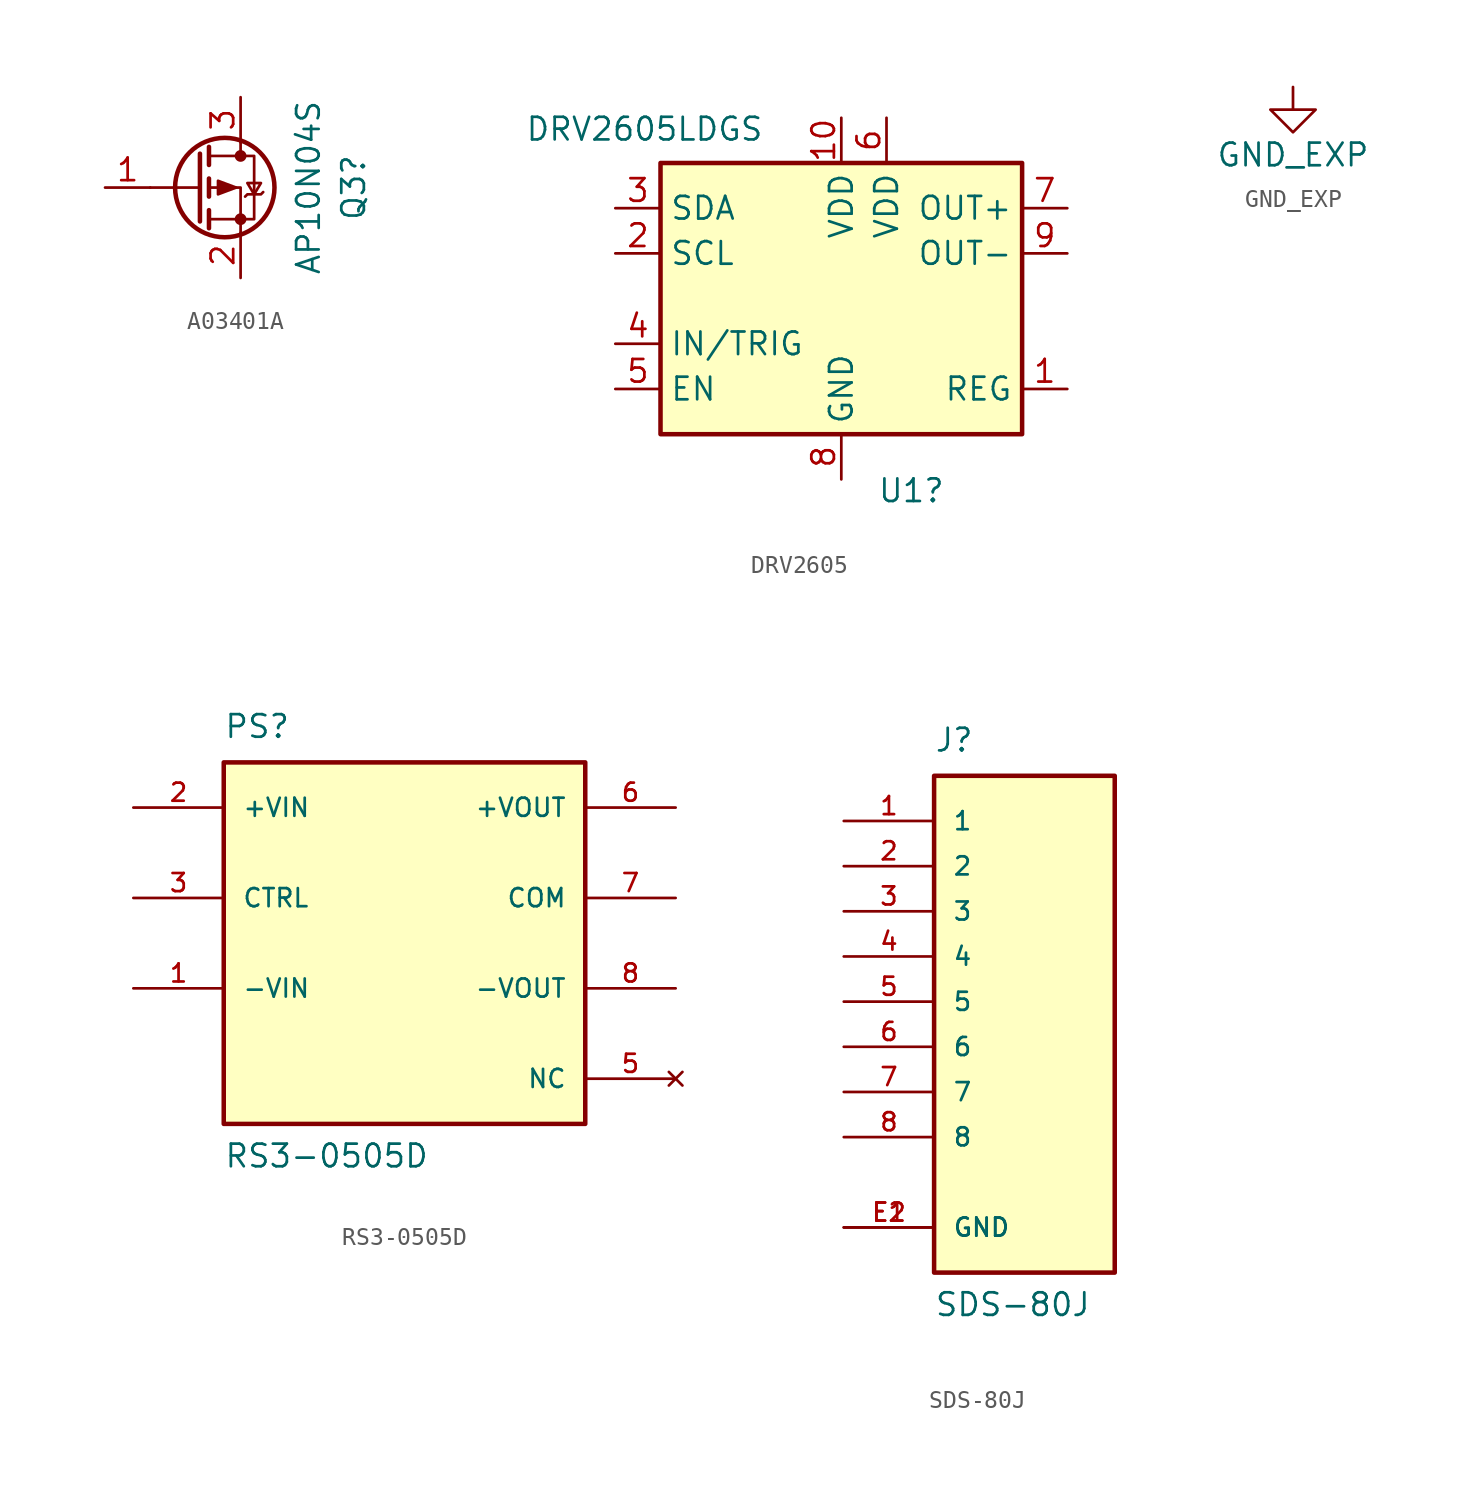
<source format=kicad_sym>
(kicad_symbol_lib
  (version 20220914)
  (generator kicad_symbol_editor)
  (symbol "A03401A"
    (pin_names hide)
    (property "Reference" "Q3"
      (at 8.89 0 90)
      (effects (font (size 1.27 1.27))))
    (property "Value" "AP10N04S"
      (at 6.35 0 90)
      (effects (font (size 1.27 1.27))))
    (symbol "A03401A_0_1"
      (polyline (pts (xy 0.254 0) (xy -2.54 0)) (stroke (width 0) (type default)) (fill (type none)))
      (polyline (pts (xy 0.254 1.905) (xy 0.254 -1.905)) (stroke (width 0.254) (type default)) (fill (type none)))
      (polyline (pts (xy 0.762 -1.27) (xy 0.762 -2.286)) (stroke (width 0.254) (type default)) (fill (type none)))
      (polyline (pts (xy 0.762 0.508) (xy 0.762 -0.508)) (stroke (width 0.254) (type default)) (fill (type none)))
      (polyline (pts (xy 0.762 2.286) (xy 0.762 1.27)) (stroke (width 0.254) (type default)) (fill (type none)))
      (polyline (pts (xy 2.54 2.54) (xy 2.54 1.778)) (stroke (width 0) (type default)) (fill (type none)))
      (polyline (pts (xy 2.54 -2.54) (xy 2.54 0) (xy 0.762 0)) (stroke (width 0) (type default)) (fill (type none)))
      (polyline (pts (xy 0.762 1.778) (xy 3.302 1.778) (xy 3.302 -1.778) (xy 0.762 -1.778)) (stroke (width 0) (type default)) (fill (type none)))
      (polyline (pts (xy 2.286 0) (xy 1.27 0.381) (xy 1.27 -0.381) (xy 2.286 0)) (stroke (width 0) (type default)) (fill (type outline)))
      (polyline (pts (xy 2.794 -0.508) (xy 2.921 -0.381) (xy 3.683 -0.381) (xy 3.81 -0.254)) (stroke (width 0) (type default)) (fill (type none)))
      (polyline (pts (xy 3.302 -0.381) (xy 2.921 0.254) (xy 3.683 0.254) (xy 3.302 -0.381)) (stroke (width 0) (type default)) (fill (type none)))
      (circle (center 1.651 0) (radius 2.794) (stroke (width 0.254) (type default)) (fill (type none)))
      (circle (center 2.54 -1.778) (radius 0.254) (stroke (width 0) (type default)) (fill (type outline)))
      (circle (center 2.54 1.778) (radius 0.254) (stroke (width 0) (type default)) (fill (type outline))))
    (symbol "A03401A_1_1"
      (pin passive line (at -5.08 0 0) (length 2.54) (name "G" (effects (font (size 1.27 1.27)))) (number "1" (effects (font (size 1.27 1.27)))))
      (pin passive line (at 2.54 -5.08 90) (length 2.54) (name "S" (effects (font (size 1.27 1.27)))) (number "2" (effects (font (size 1.27 1.27)))))
      (pin passive line (at 2.54 -5.08 90) (length 2.54) hide (name "S" (effects (font (size 1.27 1.27)))) (number "2" (effects (font (size 1.27 1.27)))))
      (pin tri_state line (at 2.54 5.08 270) (length 2.54) (name "D" (effects (font (size 1.27 1.27)))) (number "3" (effects (font (size 1.27 1.27)))))
      (pin passive line (at 2.54 -5.08 90) (length 2.54) hide (name "S" (effects (font (size 1.27 1.27)))) (number "3" (effects (font (size 1.27 1.27)))))))
  (symbol "DRV2605"
    (property "Reference" "U1"
      (at 2.019 -10.795 0)
      (effects (font (size 1.27 1.27)) (justify left)))
    (property "Value" "DRV2605LDGS"
      (at -17.78 9.525 0)
      (effects (font (size 1.27 1.27)) (justify left)))
    (symbol "DRV2605_0_1"
      (rectangle (start -10.16 7.62) (end 10.16 -7.62) (stroke (width 0.254) (type default)) (fill (type background))))
    (symbol "DRV2605_1_1"
      (pin passive line (at 12.7 -5.08 180) (length 2.54) (name "REG" (effects (font (size 1.27 1.27)))) (number "1" (effects (font (size 1.27 1.27)))))
      (pin power_in line (at 0 10.16 270) (length 2.54) (name "VDD" (effects (font (size 1.27 1.27)))) (number "10" (effects (font (size 1.27 1.27)))))
      (pin input line (at -12.7 2.54 0) (length 2.54) (name "SCL" (effects (font (size 1.27 1.27)))) (number "2" (effects (font (size 1.27 1.27)))))
      (pin bidirectional line (at -12.7 5.08 0) (length 2.54) (name "SDA" (effects (font (size 1.27 1.27)))) (number "3" (effects (font (size 1.27 1.27)))))
      (pin input line (at -12.7 -2.54 0) (length 2.54) (name "IN/TRIG" (effects (font (size 1.27 1.27)))) (number "4" (effects (font (size 1.27 1.27)))))
      (pin input line (at -12.7 -5.08 0) (length 2.54) (name "EN" (effects (font (size 1.27 1.27)))) (number "5" (effects (font (size 1.27 1.27)))))
      (pin power_in line (at 2.54 10.16 270) (length 2.54) (name "VDD" (effects (font (size 1.27 1.27)))) (number "6" (effects (font (size 1.27 1.27)))))
      (pin output line (at 12.7 5.08 180) (length 2.54) (name "OUT+" (effects (font (size 1.27 1.27)))) (number "7" (effects (font (size 1.27 1.27)))))
      (pin power_in line (at 0 -10.16 90) (length 2.54) (name "GND" (effects (font (size 1.27 1.27)))) (number "8" (effects (font (size 1.27 1.27)))))
      (pin output line (at 12.7 2.54 180) (length 2.54) (name "OUT-" (effects (font (size 1.27 1.27)))) (number "9" (effects (font (size 1.27 1.27)))))))
  (symbol "GND_EXP"
    (power)
    (pin_names
      (offset 0))
    (property "Reference" "#PWR"
      (at 0 -6.35 0)
      (effects (font (size 1.27 1.27)) hide))
    (property "Value" "GND_EXP"
      (at 0 -3.81 0)
      (effects (font (size 1.27 1.27))))
    (symbol "GND_EXP_0_1"
      (polyline (pts (xy 0 0) (xy 0 -1.27) (xy 1.27 -1.27) (xy 0 -2.54) (xy -1.27 -1.27) (xy 0 -1.27)) (stroke (width 0) (type default)) (fill (type none))))
    (symbol "GND_EXP_1_1"
      (pin power_in line (at 0 0 270) (length 0) hide (name "GND_EXP" (effects (font (size 1.27 1.27)))) (number "1" (effects (font (size 1.27 1.27)))))))
  (symbol "RS3-0505D"
    (pin_names
      (offset 1.016))
    (property "Reference" "PS"
      (at -10.164 11.438 0)
      (effects (font (size 1.27 1.27)) (justify left bottom)))
    (property "Value" "RS3-0505D"
      (at -10.161 -12.703 0)
      (effects (font (size 1.27 1.27)) (justify left bottom)))
    (symbol "RS3-0505D_0_0"
      (rectangle (start -10.16 -10.16) (end 10.16 10.16) (stroke (width 0.254) (type default)) (fill (type background)))
      (pin input line (at -15.24 -2.54 0) (length 5.08) (name "-VIN" (effects (font (size 1.016 1.016)))) (number "1" (effects (font (size 1.016 1.016)))))
      (pin input line (at -15.24 7.62 0) (length 5.08) (name "+VIN" (effects (font (size 1.016 1.016)))) (number "2" (effects (font (size 1.016 1.016)))))
      (pin input line (at -15.24 2.54 0) (length 5.08) (name "CTRL" (effects (font (size 1.016 1.016)))) (number "3" (effects (font (size 1.016 1.016)))))
      (pin no_connect line (at 15.24 -7.62 180) (length 5.08) (name "NC" (effects (font (size 1.016 1.016)))) (number "5" (effects (font (size 1.016 1.016)))))
      (pin power_in line (at 15.24 2.54 180) (length 5.08) (name "COM" (effects (font (size 1.016 1.016)))) (number "7" (effects (font (size 1.016 1.016))))))
    (symbol "RS3-0505D_1_0"
      (pin power_out line (at 15.24 7.62 180) (length 5.08) (name "+VOUT" (effects (font (size 1.016 1.016)))) (number "6" (effects (font (size 1.016 1.016)))))
      (pin power_out line (at 15.24 -2.54 180) (length 5.08) (name "-VOUT" (effects (font (size 1.016 1.016)))) (number "8" (effects (font (size 1.016 1.016)))))))
  (symbol "SDS-80J"
    (pin_names
      (offset 1.016))
    (property "Reference" "J"
      (at -5.08 13.97 0)
      (effects (font (size 1.27 1.27)) (justify left bottom)))
    (property "Value" "SDS-80J"
      (at -5.08 -17.78 0)
      (effects (font (size 1.27 1.27)) (justify left bottom)))
    (symbol "SDS-80J_0_0"
      (rectangle (start -5.08 -15.24) (end 5.08 12.7) (stroke (width 0.254) (type default)) (fill (type background)))
      (pin passive line (at -10.16 10.16 0) (length 5.08) (name "1" (effects (font (size 1.016 1.016)))) (number "1" (effects (font (size 1.016 1.016)))))
      (pin passive line (at -10.16 7.62 0) (length 5.08) (name "2" (effects (font (size 1.016 1.016)))) (number "2" (effects (font (size 1.016 1.016)))))
      (pin passive line (at -10.16 5.08 0) (length 5.08) (name "3" (effects (font (size 1.016 1.016)))) (number "3" (effects (font (size 1.016 1.016)))))
      (pin passive line (at -10.16 2.54 0) (length 5.08) (name "4" (effects (font (size 1.016 1.016)))) (number "4" (effects (font (size 1.016 1.016)))))
      (pin passive line (at -10.16 0 0) (length 5.08) (name "5" (effects (font (size 1.016 1.016)))) (number "5" (effects (font (size 1.016 1.016)))))
      (pin passive line (at -10.16 -2.54 0) (length 5.08) (name "6" (effects (font (size 1.016 1.016)))) (number "6" (effects (font (size 1.016 1.016)))))
      (pin passive line (at -10.16 -5.08 0) (length 5.08) (name "7" (effects (font (size 1.016 1.016)))) (number "7" (effects (font (size 1.016 1.016)))))
      (pin passive line (at -10.16 -7.62 0) (length 5.08) (name "8" (effects (font (size 1.016 1.016)))) (number "8" (effects (font (size 1.016 1.016)))))
      (pin power_in line (at -10.16 -12.7 0) (length 5.08) (name "GND" (effects (font (size 1.016 1.016)))) (number "E1" (effects (font (size 1.016 1.016)))))
      (pin power_in line (at -10.16 -12.7 0) (length 5.08) (name "GND" (effects (font (size 1.016 1.016)))) (number "E2" (effects (font (size 1.016 1.016))))))))
</source>
